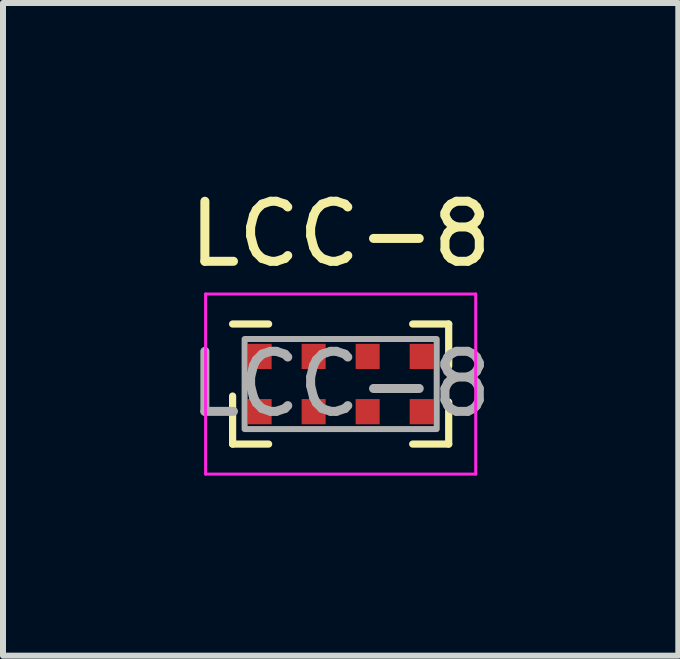
<source format=kicad_pcb>
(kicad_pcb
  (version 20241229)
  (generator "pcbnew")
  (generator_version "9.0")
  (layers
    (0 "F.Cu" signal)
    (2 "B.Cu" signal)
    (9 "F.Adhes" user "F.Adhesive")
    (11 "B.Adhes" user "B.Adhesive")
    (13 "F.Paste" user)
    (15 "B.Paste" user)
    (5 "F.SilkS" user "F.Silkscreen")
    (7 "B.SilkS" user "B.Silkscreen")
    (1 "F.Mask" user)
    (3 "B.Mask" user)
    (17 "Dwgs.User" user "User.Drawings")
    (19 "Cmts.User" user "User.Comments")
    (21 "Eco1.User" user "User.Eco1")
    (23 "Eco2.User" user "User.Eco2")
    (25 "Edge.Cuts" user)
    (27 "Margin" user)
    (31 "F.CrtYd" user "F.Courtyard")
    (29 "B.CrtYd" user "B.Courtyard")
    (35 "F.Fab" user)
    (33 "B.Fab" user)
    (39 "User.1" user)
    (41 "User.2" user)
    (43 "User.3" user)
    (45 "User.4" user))
  (footprint "LCC-8"
    (layer "F.Cu")
    (at 2.625 3.348)
    (property "Reference" "LCC-8" (at 0 -2.5 0) (layer "F.SilkS") (effects (font (size 1 1) (thickness 0.15))))
    (attr smd)
    (fp_line (start -1.8 1) (end -1.8 0.2) (stroke (width 0.12) (type default)) (layer "F.SilkS"))
    (fp_line (start -1.2 -1) (end -1.8 -1) (stroke (width 0.12) (type default)) (layer "F.SilkS"))
    (fp_line (start -1.2 1) (end -1.8 1) (stroke (width 0.12) (type default)) (layer "F.SilkS"))
    (fp_line (start 1.8 -1) (end 1.2 -1) (stroke (width 0.12) (type default)) (layer "F.SilkS"))
    (fp_line (start 1.8 -1) (end 1.8 -0.3) (stroke (width 0.12) (type default)) (layer "F.SilkS"))
    (fp_line (start 1.8 0.3) (end 1.8 1) (stroke (width 0.12) (type default)) (layer "F.SilkS"))
    (fp_line (start 1.8 1) (end 1.2 1) (stroke (width 0.12) (type default)) (layer "F.SilkS"))
    (fp_line (start -2.25 -1.5) (end -2.25 1.5) (stroke (width 0.05) (type solid)) (layer "F.CrtYd"))
    (fp_line (start -2.25 1.5) (end 2.25 1.5) (stroke (width 0.05) (type solid)) (layer "F.CrtYd"))
    (fp_line (start 2.25 -1.5) (end -2.25 -1.5) (stroke (width 0.05) (type solid)) (layer "F.CrtYd"))
    (fp_line (start 2.25 1.5) (end 2.25 -1.5) (stroke (width 0.05) (type solid)) (layer "F.CrtYd"))
    (fp_rect (start -1.6 -0.75) (end 1.6 0.75) (stroke (width 0.1) (type default)) (fill no) (layer "F.Fab"))
    (fp_text user "${REFERENCE}" (at 0 0 0) (layer "F.Fab") (effects (font (size 1 1) (thickness 0.15))))
    (pad "1" smd rect (at -1.35 -0.46) (size 0.4 0.42) (layers "F.Cu" "F.Mask" "F.Paste"))
    (pad "2" smd rect (at -0.45 -0.46) (size 0.4 0.42) (layers "F.Cu" "F.Mask" "F.Paste"))
    (pad "3" smd rect (at 0.45 -0.46) (size 0.4 0.42) (layers "F.Cu" "F.Mask" "F.Paste"))
    (pad "4" smd rect (at 1.35 -0.46) (size 0.4 0.42) (layers "F.Cu" "F.Mask" "F.Paste"))
    (pad "5" smd rect (at 1.35 0.46) (size 0.4 0.42) (layers "F.Cu" "F.Mask" "F.Paste"))
    (pad "6" smd rect (at 0.45 0.46) (size 0.4 0.42) (layers "F.Cu" "F.Mask" "F.Paste"))
    (pad "7" smd rect (at -0.45 0.46) (size 0.4 0.42) (layers "F.Cu" "F.Mask" "F.Paste"))
    (pad "8" smd rect (at -1.35 0.46) (size 0.4 0.42) (layers "F.Cu" "F.Mask" "F.Paste")))
  (gr_rect
    (start -3 -3)
    (end 8.25 7.873)
    (stroke (width 0.1) (type default))
    (fill no)
    (layer "Edge.Cuts")))
</source>
